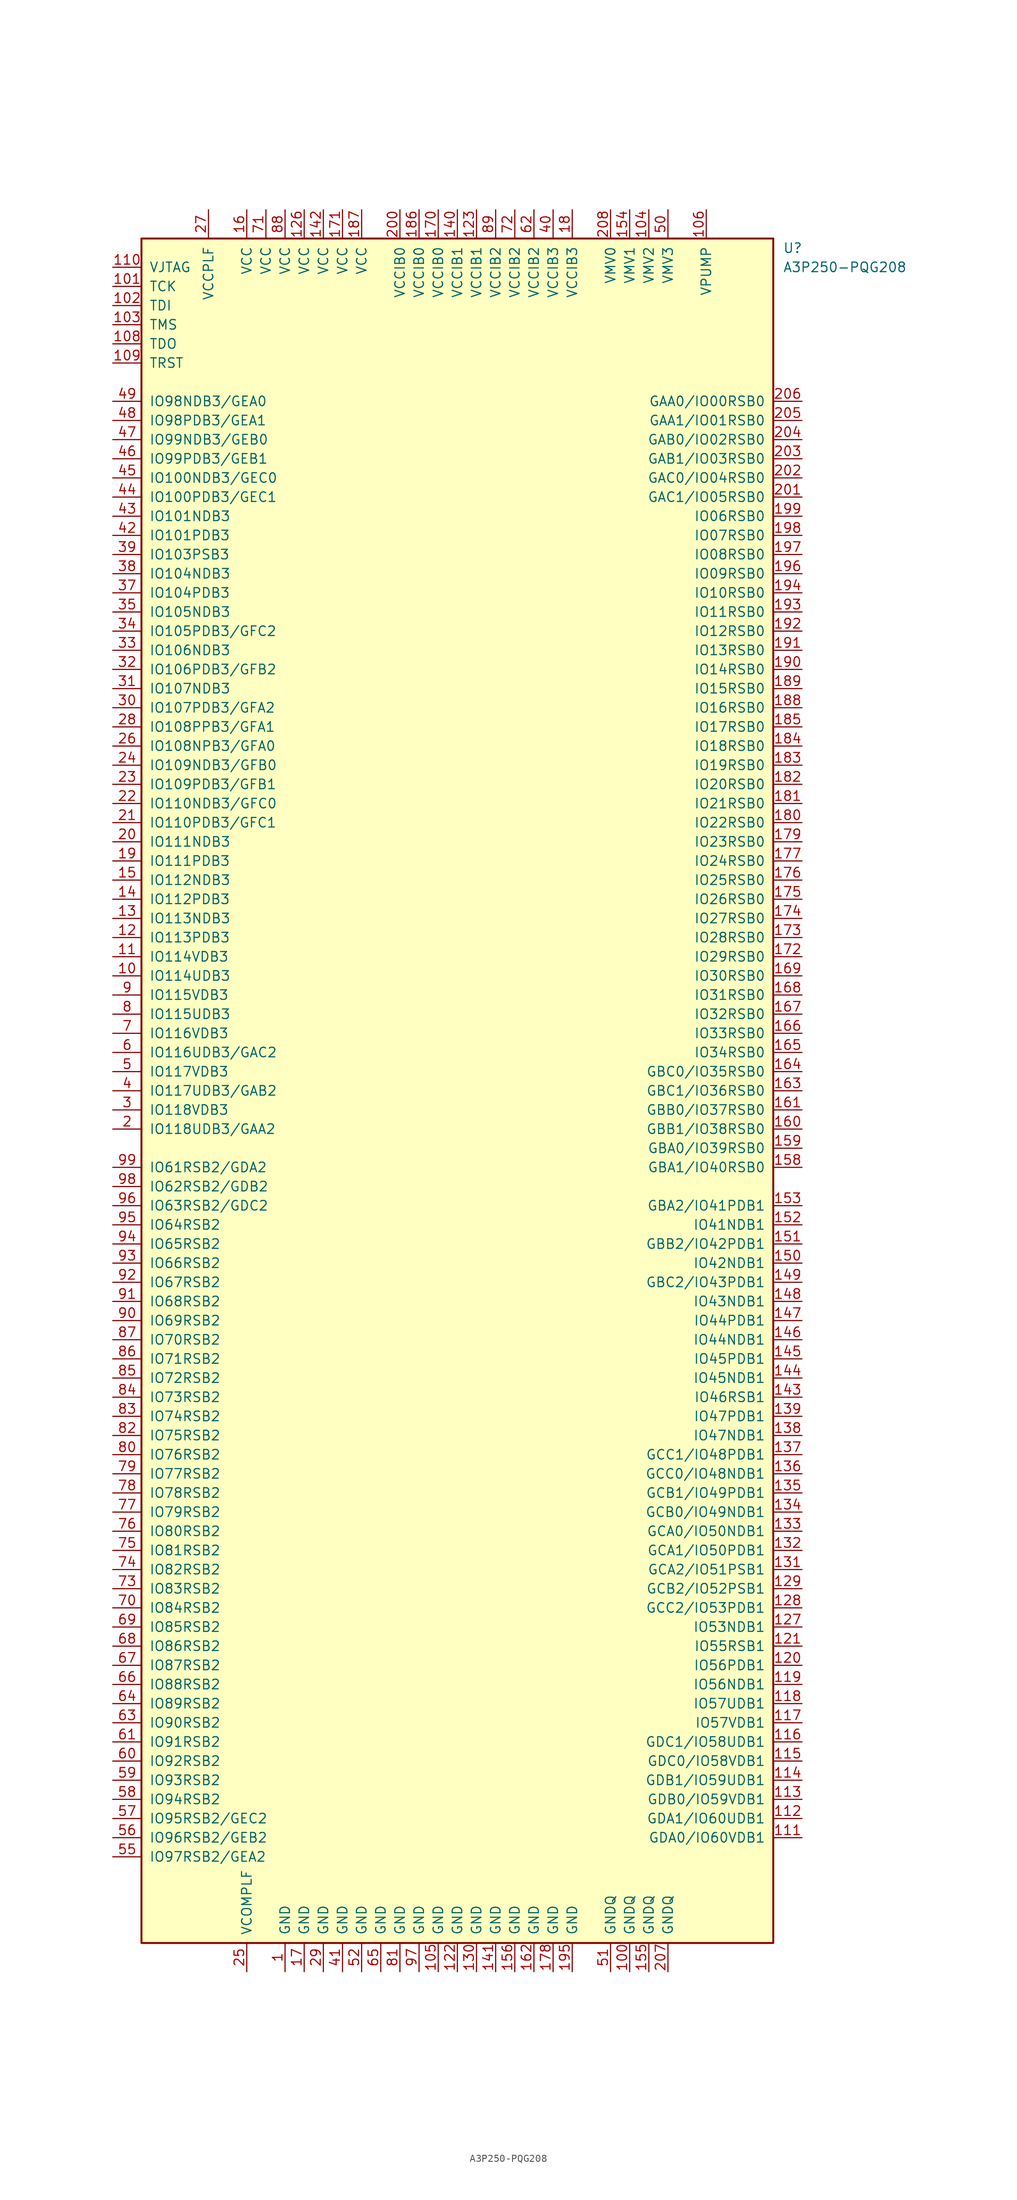
<source format=kicad_sym>
(kicad_symbol_lib
  (version 20211014)
  (generator kicad_symbol_editor)
  (symbol "A3P250-PQG208"
    (pin_names
      (offset 1.016))
    (property "Reference" "U"
      (at 43.18 111.76 0)
      (effects (font (size 1.27 1.27)) (justify left)))
    (property "Value" "A3P250-PQG208"
      (at 43.18 109.22 0)
      (effects (font (size 1.27 1.27)) (justify left)))
    (symbol "A3P250-PQG208_1_0"
      (rectangle (start -41.91 -113.03) (end 41.91 113.03) (stroke (width 0.254) (type default) (color 0 0 0 0)) (fill (type background))))
    (symbol "A3P250-PQG208_1_1"
      (pin power_in line (at -22.86 -116.84 90) (length 3.81) (name "GND" (effects (font (size 1.27 1.27)))) (number "1" (effects (font (size 1.27 1.27)))))
      (pin bidirectional line (at -45.72 15.24 0) (length 3.81) (name "IO114UDB3" (effects (font (size 1.27 1.27)))) (number "10" (effects (font (size 1.27 1.27)))))
      (pin power_in line (at 22.86 -116.84 90) (length 3.81) (name "GNDQ" (effects (font (size 1.27 1.27)))) (number "100" (effects (font (size 1.27 1.27)))))
      (pin bidirectional line (at -45.72 106.68 0) (length 3.81) (name "TCK" (effects (font (size 1.27 1.27)))) (number "101" (effects (font (size 1.27 1.27)))))
      (pin bidirectional line (at -45.72 104.14 0) (length 3.81) (name "TDI" (effects (font (size 1.27 1.27)))) (number "102" (effects (font (size 1.27 1.27)))))
      (pin bidirectional line (at -45.72 101.6 0) (length 3.81) (name "TMS" (effects (font (size 1.27 1.27)))) (number "103" (effects (font (size 1.27 1.27)))))
      (pin power_in line (at 25.4 116.84 270) (length 3.81) (name "VMV2" (effects (font (size 1.27 1.27)))) (number "104" (effects (font (size 1.27 1.27)))))
      (pin power_in line (at -2.54 -116.84 90) (length 3.81) (name "GND" (effects (font (size 1.27 1.27)))) (number "105" (effects (font (size 1.27 1.27)))))
      (pin power_in line (at 33.02 116.84 270) (length 3.81) (name "VPUMP" (effects (font (size 1.27 1.27)))) (number "106" (effects (font (size 1.27 1.27)))))
      (pin bidirectional line (at -45.72 99.06 0) (length 3.81) (name "TDO" (effects (font (size 1.27 1.27)))) (number "108" (effects (font (size 1.27 1.27)))))
      (pin bidirectional line (at -45.72 96.52 0) (length 3.81) (name "TRST" (effects (font (size 1.27 1.27)))) (number "109" (effects (font (size 1.27 1.27)))))
      (pin bidirectional line (at -45.72 17.78 0) (length 3.81) (name "IO114VDB3" (effects (font (size 1.27 1.27)))) (number "11" (effects (font (size 1.27 1.27)))))
      (pin power_in line (at -45.72 109.22 0) (length 3.81) (name "VJTAG" (effects (font (size 1.27 1.27)))) (number "110" (effects (font (size 1.27 1.27)))))
      (pin bidirectional line (at 45.72 -99.06 180) (length 3.81) (name "GDA0/IO60VDB1" (effects (font (size 1.27 1.27)))) (number "111" (effects (font (size 1.27 1.27)))))
      (pin bidirectional line (at 45.72 -96.52 180) (length 3.81) (name "GDA1/IO60UDB1" (effects (font (size 1.27 1.27)))) (number "112" (effects (font (size 1.27 1.27)))))
      (pin bidirectional line (at 45.72 -93.98 180) (length 3.81) (name "GDB0/IO59VDB1" (effects (font (size 1.27 1.27)))) (number "113" (effects (font (size 1.27 1.27)))))
      (pin bidirectional line (at 45.72 -91.44 180) (length 3.81) (name "GDB1/IO59UDB1" (effects (font (size 1.27 1.27)))) (number "114" (effects (font (size 1.27 1.27)))))
      (pin bidirectional line (at 45.72 -88.9 180) (length 3.81) (name "GDC0/IO58VDB1" (effects (font (size 1.27 1.27)))) (number "115" (effects (font (size 1.27 1.27)))))
      (pin bidirectional line (at 45.72 -86.36 180) (length 3.81) (name "GDC1/IO58UDB1" (effects (font (size 1.27 1.27)))) (number "116" (effects (font (size 1.27 1.27)))))
      (pin bidirectional line (at 45.72 -83.82 180) (length 3.81) (name "IO57VDB1" (effects (font (size 1.27 1.27)))) (number "117" (effects (font (size 1.27 1.27)))))
      (pin bidirectional line (at 45.72 -81.28 180) (length 3.81) (name "IO57UDB1" (effects (font (size 1.27 1.27)))) (number "118" (effects (font (size 1.27 1.27)))))
      (pin bidirectional line (at 45.72 -78.74 180) (length 3.81) (name "IO56NDB1" (effects (font (size 1.27 1.27)))) (number "119" (effects (font (size 1.27 1.27)))))
      (pin bidirectional line (at -45.72 20.32 0) (length 3.81) (name "IO113PDB3" (effects (font (size 1.27 1.27)))) (number "12" (effects (font (size 1.27 1.27)))))
      (pin bidirectional line (at 45.72 -76.2 180) (length 3.81) (name "IO56PDB1" (effects (font (size 1.27 1.27)))) (number "120" (effects (font (size 1.27 1.27)))))
      (pin bidirectional line (at 45.72 -73.66 180) (length 3.81) (name "IO55RSB1" (effects (font (size 1.27 1.27)))) (number "121" (effects (font (size 1.27 1.27)))))
      (pin power_in line (at 0 -116.84 90) (length 3.81) (name "GND" (effects (font (size 1.27 1.27)))) (number "122" (effects (font (size 1.27 1.27)))))
      (pin power_in line (at 2.54 116.84 270) (length 3.81) (name "VCCIB1" (effects (font (size 1.27 1.27)))) (number "123" (effects (font (size 1.27 1.27)))))
      (pin power_in line (at -20.32 116.84 270) (length 3.81) (name "VCC" (effects (font (size 1.27 1.27)))) (number "126" (effects (font (size 1.27 1.27)))))
      (pin bidirectional line (at 45.72 -71.12 180) (length 3.81) (name "IO53NDB1" (effects (font (size 1.27 1.27)))) (number "127" (effects (font (size 1.27 1.27)))))
      (pin bidirectional line (at 45.72 -68.58 180) (length 3.81) (name "GCC2/IO53PDB1" (effects (font (size 1.27 1.27)))) (number "128" (effects (font (size 1.27 1.27)))))
      (pin bidirectional line (at 45.72 -66.04 180) (length 3.81) (name "GCB2/IO52PSB1" (effects (font (size 1.27 1.27)))) (number "129" (effects (font (size 1.27 1.27)))))
      (pin bidirectional line (at -45.72 22.86 0) (length 3.81) (name "IO113NDB3" (effects (font (size 1.27 1.27)))) (number "13" (effects (font (size 1.27 1.27)))))
      (pin power_in line (at 2.54 -116.84 90) (length 3.81) (name "GND" (effects (font (size 1.27 1.27)))) (number "130" (effects (font (size 1.27 1.27)))))
      (pin bidirectional line (at 45.72 -63.5 180) (length 3.81) (name "GCA2/IO51PSB1" (effects (font (size 1.27 1.27)))) (number "131" (effects (font (size 1.27 1.27)))))
      (pin bidirectional line (at 45.72 -60.96 180) (length 3.81) (name "GCA1/IO50PDB1" (effects (font (size 1.27 1.27)))) (number "132" (effects (font (size 1.27 1.27)))))
      (pin bidirectional line (at 45.72 -58.42 180) (length 3.81) (name "GCA0/IO50NDB1" (effects (font (size 1.27 1.27)))) (number "133" (effects (font (size 1.27 1.27)))))
      (pin bidirectional line (at 45.72 -55.88 180) (length 3.81) (name "GCB0/IO49NDB1" (effects (font (size 1.27 1.27)))) (number "134" (effects (font (size 1.27 1.27)))))
      (pin bidirectional line (at 45.72 -53.34 180) (length 3.81) (name "GCB1/IO49PDB1" (effects (font (size 1.27 1.27)))) (number "135" (effects (font (size 1.27 1.27)))))
      (pin bidirectional line (at 45.72 -50.8 180) (length 3.81) (name "GCC0/IO48NDB1" (effects (font (size 1.27 1.27)))) (number "136" (effects (font (size 1.27 1.27)))))
      (pin bidirectional line (at 45.72 -48.26 180) (length 3.81) (name "GCC1/IO48PDB1" (effects (font (size 1.27 1.27)))) (number "137" (effects (font (size 1.27 1.27)))))
      (pin bidirectional line (at 45.72 -45.72 180) (length 3.81) (name "IO47NDB1" (effects (font (size 1.27 1.27)))) (number "138" (effects (font (size 1.27 1.27)))))
      (pin bidirectional line (at 45.72 -43.18 180) (length 3.81) (name "IO47PDB1" (effects (font (size 1.27 1.27)))) (number "139" (effects (font (size 1.27 1.27)))))
      (pin bidirectional line (at -45.72 25.4 0) (length 3.81) (name "IO112PDB3" (effects (font (size 1.27 1.27)))) (number "14" (effects (font (size 1.27 1.27)))))
      (pin power_in line (at 0 116.84 270) (length 3.81) (name "VCCIB1" (effects (font (size 1.27 1.27)))) (number "140" (effects (font (size 1.27 1.27)))))
      (pin power_in line (at 5.08 -116.84 90) (length 3.81) (name "GND" (effects (font (size 1.27 1.27)))) (number "141" (effects (font (size 1.27 1.27)))))
      (pin power_in line (at -17.78 116.84 270) (length 3.81) (name "VCC" (effects (font (size 1.27 1.27)))) (number "142" (effects (font (size 1.27 1.27)))))
      (pin bidirectional line (at 45.72 -40.64 180) (length 3.81) (name "IO46RSB1" (effects (font (size 1.27 1.27)))) (number "143" (effects (font (size 1.27 1.27)))))
      (pin bidirectional line (at 45.72 -38.1 180) (length 3.81) (name "IO45NDB1" (effects (font (size 1.27 1.27)))) (number "144" (effects (font (size 1.27 1.27)))))
      (pin bidirectional line (at 45.72 -35.56 180) (length 3.81) (name "IO45PDB1" (effects (font (size 1.27 1.27)))) (number "145" (effects (font (size 1.27 1.27)))))
      (pin bidirectional line (at 45.72 -33.02 180) (length 3.81) (name "IO44NDB1" (effects (font (size 1.27 1.27)))) (number "146" (effects (font (size 1.27 1.27)))))
      (pin bidirectional line (at 45.72 -30.48 180) (length 3.81) (name "IO44PDB1" (effects (font (size 1.27 1.27)))) (number "147" (effects (font (size 1.27 1.27)))))
      (pin bidirectional line (at 45.72 -27.94 180) (length 3.81) (name "IO43NDB1" (effects (font (size 1.27 1.27)))) (number "148" (effects (font (size 1.27 1.27)))))
      (pin bidirectional line (at 45.72 -25.4 180) (length 3.81) (name "GBC2/IO43PDB1" (effects (font (size 1.27 1.27)))) (number "149" (effects (font (size 1.27 1.27)))))
      (pin bidirectional line (at -45.72 27.94 0) (length 3.81) (name "IO112NDB3" (effects (font (size 1.27 1.27)))) (number "15" (effects (font (size 1.27 1.27)))))
      (pin bidirectional line (at 45.72 -22.86 180) (length 3.81) (name "IO42NDB1" (effects (font (size 1.27 1.27)))) (number "150" (effects (font (size 1.27 1.27)))))
      (pin bidirectional line (at 45.72 -20.32 180) (length 3.81) (name "GBB2/IO42PDB1" (effects (font (size 1.27 1.27)))) (number "151" (effects (font (size 1.27 1.27)))))
      (pin bidirectional line (at 45.72 -17.78 180) (length 3.81) (name "IO41NDB1" (effects (font (size 1.27 1.27)))) (number "152" (effects (font (size 1.27 1.27)))))
      (pin bidirectional line (at 45.72 -15.24 180) (length 3.81) (name "GBA2/IO41PDB1" (effects (font (size 1.27 1.27)))) (number "153" (effects (font (size 1.27 1.27)))))
      (pin power_in line (at 22.86 116.84 270) (length 3.81) (name "VMV1" (effects (font (size 1.27 1.27)))) (number "154" (effects (font (size 1.27 1.27)))))
      (pin power_in line (at 25.4 -116.84 90) (length 3.81) (name "GNDQ" (effects (font (size 1.27 1.27)))) (number "155" (effects (font (size 1.27 1.27)))))
      (pin power_in line (at 7.62 -116.84 90) (length 3.81) (name "GND" (effects (font (size 1.27 1.27)))) (number "156" (effects (font (size 1.27 1.27)))))
      (pin bidirectional line (at 45.72 -10.16 180) (length 3.81) (name "GBA1/IO40RSB0" (effects (font (size 1.27 1.27)))) (number "158" (effects (font (size 1.27 1.27)))))
      (pin bidirectional line (at 45.72 -7.62 180) (length 3.81) (name "GBA0/IO39RSB0" (effects (font (size 1.27 1.27)))) (number "159" (effects (font (size 1.27 1.27)))))
      (pin power_in line (at -27.94 116.84 270) (length 3.81) (name "VCC" (effects (font (size 1.27 1.27)))) (number "16" (effects (font (size 1.27 1.27)))))
      (pin bidirectional line (at 45.72 -5.08 180) (length 3.81) (name "GBB1/IO38RSB0" (effects (font (size 1.27 1.27)))) (number "160" (effects (font (size 1.27 1.27)))))
      (pin bidirectional line (at 45.72 -2.54 180) (length 3.81) (name "GBB0/IO37RSB0" (effects (font (size 1.27 1.27)))) (number "161" (effects (font (size 1.27 1.27)))))
      (pin power_in line (at 10.16 -116.84 90) (length 3.81) (name "GND" (effects (font (size 1.27 1.27)))) (number "162" (effects (font (size 1.27 1.27)))))
      (pin bidirectional line (at 45.72 0 180) (length 3.81) (name "GBC1/IO36RSB0" (effects (font (size 1.27 1.27)))) (number "163" (effects (font (size 1.27 1.27)))))
      (pin bidirectional line (at 45.72 2.54 180) (length 3.81) (name "GBC0/IO35RSB0" (effects (font (size 1.27 1.27)))) (number "164" (effects (font (size 1.27 1.27)))))
      (pin bidirectional line (at 45.72 5.08 180) (length 3.81) (name "IO34RSB0" (effects (font (size 1.27 1.27)))) (number "165" (effects (font (size 1.27 1.27)))))
      (pin bidirectional line (at 45.72 7.62 180) (length 3.81) (name "IO33RSB0" (effects (font (size 1.27 1.27)))) (number "166" (effects (font (size 1.27 1.27)))))
      (pin bidirectional line (at 45.72 10.16 180) (length 3.81) (name "IO32RSB0" (effects (font (size 1.27 1.27)))) (number "167" (effects (font (size 1.27 1.27)))))
      (pin bidirectional line (at 45.72 12.7 180) (length 3.81) (name "IO31RSB0" (effects (font (size 1.27 1.27)))) (number "168" (effects (font (size 1.27 1.27)))))
      (pin bidirectional line (at 45.72 15.24 180) (length 3.81) (name "IO30RSB0" (effects (font (size 1.27 1.27)))) (number "169" (effects (font (size 1.27 1.27)))))
      (pin power_in line (at -20.32 -116.84 90) (length 3.81) (name "GND" (effects (font (size 1.27 1.27)))) (number "17" (effects (font (size 1.27 1.27)))))
      (pin power_in line (at -2.54 116.84 270) (length 3.81) (name "VCCIB0" (effects (font (size 1.27 1.27)))) (number "170" (effects (font (size 1.27 1.27)))))
      (pin power_in line (at -15.24 116.84 270) (length 3.81) (name "VCC" (effects (font (size 1.27 1.27)))) (number "171" (effects (font (size 1.27 1.27)))))
      (pin bidirectional line (at 45.72 17.78 180) (length 3.81) (name "IO29RSB0" (effects (font (size 1.27 1.27)))) (number "172" (effects (font (size 1.27 1.27)))))
      (pin bidirectional line (at 45.72 20.32 180) (length 3.81) (name "IO28RSB0" (effects (font (size 1.27 1.27)))) (number "173" (effects (font (size 1.27 1.27)))))
      (pin bidirectional line (at 45.72 22.86 180) (length 3.81) (name "IO27RSB0" (effects (font (size 1.27 1.27)))) (number "174" (effects (font (size 1.27 1.27)))))
      (pin bidirectional line (at 45.72 25.4 180) (length 3.81) (name "IO26RSB0" (effects (font (size 1.27 1.27)))) (number "175" (effects (font (size 1.27 1.27)))))
      (pin bidirectional line (at 45.72 27.94 180) (length 3.81) (name "IO25RSB0" (effects (font (size 1.27 1.27)))) (number "176" (effects (font (size 1.27 1.27)))))
      (pin bidirectional line (at 45.72 30.48 180) (length 3.81) (name "IO24RSB0" (effects (font (size 1.27 1.27)))) (number "177" (effects (font (size 1.27 1.27)))))
      (pin power_in line (at 12.7 -116.84 90) (length 3.81) (name "GND" (effects (font (size 1.27 1.27)))) (number "178" (effects (font (size 1.27 1.27)))))
      (pin bidirectional line (at 45.72 33.02 180) (length 3.81) (name "IO23RSB0" (effects (font (size 1.27 1.27)))) (number "179" (effects (font (size 1.27 1.27)))))
      (pin power_in line (at 15.24 116.84 270) (length 3.81) (name "VCCIB3" (effects (font (size 1.27 1.27)))) (number "18" (effects (font (size 1.27 1.27)))))
      (pin bidirectional line (at 45.72 35.56 180) (length 3.81) (name "IO22RSB0" (effects (font (size 1.27 1.27)))) (number "180" (effects (font (size 1.27 1.27)))))
      (pin bidirectional line (at 45.72 38.1 180) (length 3.81) (name "IO21RSB0" (effects (font (size 1.27 1.27)))) (number "181" (effects (font (size 1.27 1.27)))))
      (pin bidirectional line (at 45.72 40.64 180) (length 3.81) (name "IO20RSB0" (effects (font (size 1.27 1.27)))) (number "182" (effects (font (size 1.27 1.27)))))
      (pin bidirectional line (at 45.72 43.18 180) (length 3.81) (name "IO19RSB0" (effects (font (size 1.27 1.27)))) (number "183" (effects (font (size 1.27 1.27)))))
      (pin bidirectional line (at 45.72 45.72 180) (length 3.81) (name "IO18RSB0" (effects (font (size 1.27 1.27)))) (number "184" (effects (font (size 1.27 1.27)))))
      (pin bidirectional line (at 45.72 48.26 180) (length 3.81) (name "IO17RSB0" (effects (font (size 1.27 1.27)))) (number "185" (effects (font (size 1.27 1.27)))))
      (pin power_in line (at -5.08 116.84 270) (length 3.81) (name "VCCIB0" (effects (font (size 1.27 1.27)))) (number "186" (effects (font (size 1.27 1.27)))))
      (pin power_in line (at -12.7 116.84 270) (length 3.81) (name "VCC" (effects (font (size 1.27 1.27)))) (number "187" (effects (font (size 1.27 1.27)))))
      (pin bidirectional line (at 45.72 50.8 180) (length 3.81) (name "IO16RSB0" (effects (font (size 1.27 1.27)))) (number "188" (effects (font (size 1.27 1.27)))))
      (pin bidirectional line (at 45.72 53.34 180) (length 3.81) (name "IO15RSB0" (effects (font (size 1.27 1.27)))) (number "189" (effects (font (size 1.27 1.27)))))
      (pin bidirectional line (at -45.72 30.48 0) (length 3.81) (name "IO111PDB3" (effects (font (size 1.27 1.27)))) (number "19" (effects (font (size 1.27 1.27)))))
      (pin bidirectional line (at 45.72 55.88 180) (length 3.81) (name "IO14RSB0" (effects (font (size 1.27 1.27)))) (number "190" (effects (font (size 1.27 1.27)))))
      (pin bidirectional line (at 45.72 58.42 180) (length 3.81) (name "IO13RSB0" (effects (font (size 1.27 1.27)))) (number "191" (effects (font (size 1.27 1.27)))))
      (pin bidirectional line (at 45.72 60.96 180) (length 3.81) (name "IO12RSB0" (effects (font (size 1.27 1.27)))) (number "192" (effects (font (size 1.27 1.27)))))
      (pin bidirectional line (at 45.72 63.5 180) (length 3.81) (name "IO11RSB0" (effects (font (size 1.27 1.27)))) (number "193" (effects (font (size 1.27 1.27)))))
      (pin bidirectional line (at 45.72 66.04 180) (length 3.81) (name "IO10RSB0" (effects (font (size 1.27 1.27)))) (number "194" (effects (font (size 1.27 1.27)))))
      (pin power_in line (at 15.24 -116.84 90) (length 3.81) (name "GND" (effects (font (size 1.27 1.27)))) (number "195" (effects (font (size 1.27 1.27)))))
      (pin bidirectional line (at 45.72 68.58 180) (length 3.81) (name "IO09RSB0" (effects (font (size 1.27 1.27)))) (number "196" (effects (font (size 1.27 1.27)))))
      (pin bidirectional line (at 45.72 71.12 180) (length 3.81) (name "IO08RSB0" (effects (font (size 1.27 1.27)))) (number "197" (effects (font (size 1.27 1.27)))))
      (pin bidirectional line (at 45.72 73.66 180) (length 3.81) (name "IO07RSB0" (effects (font (size 1.27 1.27)))) (number "198" (effects (font (size 1.27 1.27)))))
      (pin bidirectional line (at 45.72 76.2 180) (length 3.81) (name "IO06RSB0" (effects (font (size 1.27 1.27)))) (number "199" (effects (font (size 1.27 1.27)))))
      (pin bidirectional line (at -45.72 -5.08 0) (length 3.81) (name "IO118UDB3/GAA2" (effects (font (size 1.27 1.27)))) (number "2" (effects (font (size 1.27 1.27)))))
      (pin bidirectional line (at -45.72 33.02 0) (length 3.81) (name "IO111NDB3" (effects (font (size 1.27 1.27)))) (number "20" (effects (font (size 1.27 1.27)))))
      (pin power_in line (at -7.62 116.84 270) (length 3.81) (name "VCCIB0" (effects (font (size 1.27 1.27)))) (number "200" (effects (font (size 1.27 1.27)))))
      (pin bidirectional line (at 45.72 78.74 180) (length 3.81) (name "GAC1/IO05RSB0" (effects (font (size 1.27 1.27)))) (number "201" (effects (font (size 1.27 1.27)))))
      (pin bidirectional line (at 45.72 81.28 180) (length 3.81) (name "GAC0/IO04RSB0" (effects (font (size 1.27 1.27)))) (number "202" (effects (font (size 1.27 1.27)))))
      (pin bidirectional line (at 45.72 83.82 180) (length 3.81) (name "GAB1/IO03RSB0" (effects (font (size 1.27 1.27)))) (number "203" (effects (font (size 1.27 1.27)))))
      (pin bidirectional line (at 45.72 86.36 180) (length 3.81) (name "GAB0/IO02RSB0" (effects (font (size 1.27 1.27)))) (number "204" (effects (font (size 1.27 1.27)))))
      (pin bidirectional line (at 45.72 88.9 180) (length 3.81) (name "GAA1/IO01RSB0" (effects (font (size 1.27 1.27)))) (number "205" (effects (font (size 1.27 1.27)))))
      (pin bidirectional line (at 45.72 91.44 180) (length 3.81) (name "GAA0/IO00RSB0" (effects (font (size 1.27 1.27)))) (number "206" (effects (font (size 1.27 1.27)))))
      (pin power_in line (at 27.94 -116.84 90) (length 3.81) (name "GNDQ" (effects (font (size 1.27 1.27)))) (number "207" (effects (font (size 1.27 1.27)))))
      (pin power_in line (at 20.32 116.84 270) (length 3.81) (name "VMV0" (effects (font (size 1.27 1.27)))) (number "208" (effects (font (size 1.27 1.27)))))
      (pin bidirectional line (at -45.72 35.56 0) (length 3.81) (name "IO110PDB3/GFC1" (effects (font (size 1.27 1.27)))) (number "21" (effects (font (size 1.27 1.27)))))
      (pin bidirectional line (at -45.72 38.1 0) (length 3.81) (name "IO110NDB3/GFC0" (effects (font (size 1.27 1.27)))) (number "22" (effects (font (size 1.27 1.27)))))
      (pin bidirectional line (at -45.72 40.64 0) (length 3.81) (name "IO109PDB3/GFB1" (effects (font (size 1.27 1.27)))) (number "23" (effects (font (size 1.27 1.27)))))
      (pin bidirectional line (at -45.72 43.18 0) (length 3.81) (name "IO109NDB3/GFB0" (effects (font (size 1.27 1.27)))) (number "24" (effects (font (size 1.27 1.27)))))
      (pin power_in line (at -27.94 -116.84 90) (length 3.81) (name "VCOMPLF" (effects (font (size 1.27 1.27)))) (number "25" (effects (font (size 1.27 1.27)))))
      (pin bidirectional line (at -45.72 45.72 0) (length 3.81) (name "IO108NPB3/GFA0" (effects (font (size 1.27 1.27)))) (number "26" (effects (font (size 1.27 1.27)))))
      (pin power_in line (at -33.02 116.84 270) (length 3.81) (name "VCCPLF" (effects (font (size 1.27 1.27)))) (number "27" (effects (font (size 1.27 1.27)))))
      (pin bidirectional line (at -45.72 48.26 0) (length 3.81) (name "IO108PPB3/GFA1" (effects (font (size 1.27 1.27)))) (number "28" (effects (font (size 1.27 1.27)))))
      (pin power_in line (at -17.78 -116.84 90) (length 3.81) (name "GND" (effects (font (size 1.27 1.27)))) (number "29" (effects (font (size 1.27 1.27)))))
      (pin bidirectional line (at -45.72 -2.54 0) (length 3.81) (name "IO118VDB3" (effects (font (size 1.27 1.27)))) (number "3" (effects (font (size 1.27 1.27)))))
      (pin bidirectional line (at -45.72 50.8 0) (length 3.81) (name "IO107PDB3/GFA2" (effects (font (size 1.27 1.27)))) (number "30" (effects (font (size 1.27 1.27)))))
      (pin bidirectional line (at -45.72 53.34 0) (length 3.81) (name "IO107NDB3" (effects (font (size 1.27 1.27)))) (number "31" (effects (font (size 1.27 1.27)))))
      (pin bidirectional line (at -45.72 55.88 0) (length 3.81) (name "IO106PDB3/GFB2" (effects (font (size 1.27 1.27)))) (number "32" (effects (font (size 1.27 1.27)))))
      (pin bidirectional line (at -45.72 58.42 0) (length 3.81) (name "IO106NDB3" (effects (font (size 1.27 1.27)))) (number "33" (effects (font (size 1.27 1.27)))))
      (pin bidirectional line (at -45.72 60.96 0) (length 3.81) (name "IO105PDB3/GFC2" (effects (font (size 1.27 1.27)))) (number "34" (effects (font (size 1.27 1.27)))))
      (pin bidirectional line (at -45.72 63.5 0) (length 3.81) (name "IO105NDB3" (effects (font (size 1.27 1.27)))) (number "35" (effects (font (size 1.27 1.27)))))
      (pin bidirectional line (at -45.72 66.04 0) (length 3.81) (name "IO104PDB3" (effects (font (size 1.27 1.27)))) (number "37" (effects (font (size 1.27 1.27)))))
      (pin bidirectional line (at -45.72 68.58 0) (length 3.81) (name "IO104NDB3" (effects (font (size 1.27 1.27)))) (number "38" (effects (font (size 1.27 1.27)))))
      (pin bidirectional line (at -45.72 71.12 0) (length 3.81) (name "IO103PSB3" (effects (font (size 1.27 1.27)))) (number "39" (effects (font (size 1.27 1.27)))))
      (pin bidirectional line (at -45.72 0 0) (length 3.81) (name "IO117UDB3/GAB2" (effects (font (size 1.27 1.27)))) (number "4" (effects (font (size 1.27 1.27)))))
      (pin power_in line (at 12.7 116.84 270) (length 3.81) (name "VCCIB3" (effects (font (size 1.27 1.27)))) (number "40" (effects (font (size 1.27 1.27)))))
      (pin power_in line (at -15.24 -116.84 90) (length 3.81) (name "GND" (effects (font (size 1.27 1.27)))) (number "41" (effects (font (size 1.27 1.27)))))
      (pin bidirectional line (at -45.72 73.66 0) (length 3.81) (name "IO101PDB3" (effects (font (size 1.27 1.27)))) (number "42" (effects (font (size 1.27 1.27)))))
      (pin bidirectional line (at -45.72 76.2 0) (length 3.81) (name "IO101NDB3" (effects (font (size 1.27 1.27)))) (number "43" (effects (font (size 1.27 1.27)))))
      (pin bidirectional line (at -45.72 78.74 0) (length 3.81) (name "IO100PDB3/GEC1" (effects (font (size 1.27 1.27)))) (number "44" (effects (font (size 1.27 1.27)))))
      (pin bidirectional line (at -45.72 81.28 0) (length 3.81) (name "IO100NDB3/GEC0" (effects (font (size 1.27 1.27)))) (number "45" (effects (font (size 1.27 1.27)))))
      (pin bidirectional line (at -45.72 83.82 0) (length 3.81) (name "IO99PDB3/GEB1" (effects (font (size 1.27 1.27)))) (number "46" (effects (font (size 1.27 1.27)))))
      (pin bidirectional line (at -45.72 86.36 0) (length 3.81) (name "IO99NDB3/GEB0" (effects (font (size 1.27 1.27)))) (number "47" (effects (font (size 1.27 1.27)))))
      (pin bidirectional line (at -45.72 88.9 0) (length 3.81) (name "IO98PDB3/GEA1" (effects (font (size 1.27 1.27)))) (number "48" (effects (font (size 1.27 1.27)))))
      (pin bidirectional line (at -45.72 91.44 0) (length 3.81) (name "IO98NDB3/GEA0" (effects (font (size 1.27 1.27)))) (number "49" (effects (font (size 1.27 1.27)))))
      (pin bidirectional line (at -45.72 2.54 0) (length 3.81) (name "IO117VDB3" (effects (font (size 1.27 1.27)))) (number "5" (effects (font (size 1.27 1.27)))))
      (pin power_in line (at 27.94 116.84 270) (length 3.81) (name "VMV3" (effects (font (size 1.27 1.27)))) (number "50" (effects (font (size 1.27 1.27)))))
      (pin power_in line (at 20.32 -116.84 90) (length 3.81) (name "GNDQ" (effects (font (size 1.27 1.27)))) (number "51" (effects (font (size 1.27 1.27)))))
      (pin power_in line (at -12.7 -116.84 90) (length 3.81) (name "GND" (effects (font (size 1.27 1.27)))) (number "52" (effects (font (size 1.27 1.27)))))
      (pin bidirectional line (at -45.72 -101.6 0) (length 3.81) (name "IO97RSB2/GEA2" (effects (font (size 1.27 1.27)))) (number "55" (effects (font (size 1.27 1.27)))))
      (pin bidirectional line (at -45.72 -99.06 0) (length 3.81) (name "IO96RSB2/GEB2" (effects (font (size 1.27 1.27)))) (number "56" (effects (font (size 1.27 1.27)))))
      (pin bidirectional line (at -45.72 -96.52 0) (length 3.81) (name "IO95RSB2/GEC2" (effects (font (size 1.27 1.27)))) (number "57" (effects (font (size 1.27 1.27)))))
      (pin bidirectional line (at -45.72 -93.98 0) (length 3.81) (name "IO94RSB2" (effects (font (size 1.27 1.27)))) (number "58" (effects (font (size 1.27 1.27)))))
      (pin bidirectional line (at -45.72 -91.44 0) (length 3.81) (name "IO93RSB2" (effects (font (size 1.27 1.27)))) (number "59" (effects (font (size 1.27 1.27)))))
      (pin bidirectional line (at -45.72 5.08 0) (length 3.81) (name "IO116UDB3/GAC2" (effects (font (size 1.27 1.27)))) (number "6" (effects (font (size 1.27 1.27)))))
      (pin bidirectional line (at -45.72 -88.9 0) (length 3.81) (name "IO92RSB2" (effects (font (size 1.27 1.27)))) (number "60" (effects (font (size 1.27 1.27)))))
      (pin bidirectional line (at -45.72 -86.36 0) (length 3.81) (name "IO91RSB2" (effects (font (size 1.27 1.27)))) (number "61" (effects (font (size 1.27 1.27)))))
      (pin power_in line (at 10.16 116.84 270) (length 3.81) (name "VCCIB2" (effects (font (size 1.27 1.27)))) (number "62" (effects (font (size 1.27 1.27)))))
      (pin bidirectional line (at -45.72 -83.82 0) (length 3.81) (name "IO90RSB2" (effects (font (size 1.27 1.27)))) (number "63" (effects (font (size 1.27 1.27)))))
      (pin bidirectional line (at -45.72 -81.28 0) (length 3.81) (name "IO89RSB2" (effects (font (size 1.27 1.27)))) (number "64" (effects (font (size 1.27 1.27)))))
      (pin power_in line (at -10.16 -116.84 90) (length 3.81) (name "GND" (effects (font (size 1.27 1.27)))) (number "65" (effects (font (size 1.27 1.27)))))
      (pin bidirectional line (at -45.72 -78.74 0) (length 3.81) (name "IO88RSB2" (effects (font (size 1.27 1.27)))) (number "66" (effects (font (size 1.27 1.27)))))
      (pin bidirectional line (at -45.72 -76.2 0) (length 3.81) (name "IO87RSB2" (effects (font (size 1.27 1.27)))) (number "67" (effects (font (size 1.27 1.27)))))
      (pin bidirectional line (at -45.72 -73.66 0) (length 3.81) (name "IO86RSB2" (effects (font (size 1.27 1.27)))) (number "68" (effects (font (size 1.27 1.27)))))
      (pin bidirectional line (at -45.72 -71.12 0) (length 3.81) (name "IO85RSB2" (effects (font (size 1.27 1.27)))) (number "69" (effects (font (size 1.27 1.27)))))
      (pin bidirectional line (at -45.72 7.62 0) (length 3.81) (name "IO116VDB3" (effects (font (size 1.27 1.27)))) (number "7" (effects (font (size 1.27 1.27)))))
      (pin bidirectional line (at -45.72 -68.58 0) (length 3.81) (name "IO84RSB2" (effects (font (size 1.27 1.27)))) (number "70" (effects (font (size 1.27 1.27)))))
      (pin power_in line (at -25.4 116.84 270) (length 3.81) (name "VCC" (effects (font (size 1.27 1.27)))) (number "71" (effects (font (size 1.27 1.27)))))
      (pin power_in line (at 7.62 116.84 270) (length 3.81) (name "VCCIB2" (effects (font (size 1.27 1.27)))) (number "72" (effects (font (size 1.27 1.27)))))
      (pin bidirectional line (at -45.72 -66.04 0) (length 3.81) (name "IO83RSB2" (effects (font (size 1.27 1.27)))) (number "73" (effects (font (size 1.27 1.27)))))
      (pin bidirectional line (at -45.72 -63.5 0) (length 3.81) (name "IO82RSB2" (effects (font (size 1.27 1.27)))) (number "74" (effects (font (size 1.27 1.27)))))
      (pin bidirectional line (at -45.72 -60.96 0) (length 3.81) (name "IO81RSB2" (effects (font (size 1.27 1.27)))) (number "75" (effects (font (size 1.27 1.27)))))
      (pin bidirectional line (at -45.72 -58.42 0) (length 3.81) (name "IO80RSB2" (effects (font (size 1.27 1.27)))) (number "76" (effects (font (size 1.27 1.27)))))
      (pin bidirectional line (at -45.72 -55.88 0) (length 3.81) (name "IO79RSB2" (effects (font (size 1.27 1.27)))) (number "77" (effects (font (size 1.27 1.27)))))
      (pin bidirectional line (at -45.72 -53.34 0) (length 3.81) (name "IO78RSB2" (effects (font (size 1.27 1.27)))) (number "78" (effects (font (size 1.27 1.27)))))
      (pin bidirectional line (at -45.72 -50.8 0) (length 3.81) (name "IO77RSB2" (effects (font (size 1.27 1.27)))) (number "79" (effects (font (size 1.27 1.27)))))
      (pin bidirectional line (at -45.72 10.16 0) (length 3.81) (name "IO115UDB3" (effects (font (size 1.27 1.27)))) (number "8" (effects (font (size 1.27 1.27)))))
      (pin bidirectional line (at -45.72 -48.26 0) (length 3.81) (name "IO76RSB2" (effects (font (size 1.27 1.27)))) (number "80" (effects (font (size 1.27 1.27)))))
      (pin power_in line (at -7.62 -116.84 90) (length 3.81) (name "GND" (effects (font (size 1.27 1.27)))) (number "81" (effects (font (size 1.27 1.27)))))
      (pin bidirectional line (at -45.72 -45.72 0) (length 3.81) (name "IO75RSB2" (effects (font (size 1.27 1.27)))) (number "82" (effects (font (size 1.27 1.27)))))
      (pin bidirectional line (at -45.72 -43.18 0) (length 3.81) (name "IO74RSB2" (effects (font (size 1.27 1.27)))) (number "83" (effects (font (size 1.27 1.27)))))
      (pin bidirectional line (at -45.72 -40.64 0) (length 3.81) (name "IO73RSB2" (effects (font (size 1.27 1.27)))) (number "84" (effects (font (size 1.27 1.27)))))
      (pin bidirectional line (at -45.72 -38.1 0) (length 3.81) (name "IO72RSB2" (effects (font (size 1.27 1.27)))) (number "85" (effects (font (size 1.27 1.27)))))
      (pin bidirectional line (at -45.72 -35.56 0) (length 3.81) (name "IO71RSB2" (effects (font (size 1.27 1.27)))) (number "86" (effects (font (size 1.27 1.27)))))
      (pin bidirectional line (at -45.72 -33.02 0) (length 3.81) (name "IO70RSB2" (effects (font (size 1.27 1.27)))) (number "87" (effects (font (size 1.27 1.27)))))
      (pin power_in line (at -22.86 116.84 270) (length 3.81) (name "VCC" (effects (font (size 1.27 1.27)))) (number "88" (effects (font (size 1.27 1.27)))))
      (pin power_in line (at 5.08 116.84 270) (length 3.81) (name "VCCIB2" (effects (font (size 1.27 1.27)))) (number "89" (effects (font (size 1.27 1.27)))))
      (pin bidirectional line (at -45.72 12.7 0) (length 3.81) (name "IO115VDB3" (effects (font (size 1.27 1.27)))) (number "9" (effects (font (size 1.27 1.27)))))
      (pin bidirectional line (at -45.72 -30.48 0) (length 3.81) (name "IO69RSB2" (effects (font (size 1.27 1.27)))) (number "90" (effects (font (size 1.27 1.27)))))
      (pin bidirectional line (at -45.72 -27.94 0) (length 3.81) (name "IO68RSB2" (effects (font (size 1.27 1.27)))) (number "91" (effects (font (size 1.27 1.27)))))
      (pin bidirectional line (at -45.72 -25.4 0) (length 3.81) (name "IO67RSB2" (effects (font (size 1.27 1.27)))) (number "92" (effects (font (size 1.27 1.27)))))
      (pin bidirectional line (at -45.72 -22.86 0) (length 3.81) (name "IO66RSB2" (effects (font (size 1.27 1.27)))) (number "93" (effects (font (size 1.27 1.27)))))
      (pin bidirectional line (at -45.72 -20.32 0) (length 3.81) (name "IO65RSB2" (effects (font (size 1.27 1.27)))) (number "94" (effects (font (size 1.27 1.27)))))
      (pin bidirectional line (at -45.72 -17.78 0) (length 3.81) (name "IO64RSB2" (effects (font (size 1.27 1.27)))) (number "95" (effects (font (size 1.27 1.27)))))
      (pin bidirectional line (at -45.72 -15.24 0) (length 3.81) (name "IO63RSB2/GDC2" (effects (font (size 1.27 1.27)))) (number "96" (effects (font (size 1.27 1.27)))))
      (pin power_in line (at -5.08 -116.84 90) (length 3.81) (name "GND" (effects (font (size 1.27 1.27)))) (number "97" (effects (font (size 1.27 1.27)))))
      (pin bidirectional line (at -45.72 -12.7 0) (length 3.81) (name "IO62RSB2/GDB2" (effects (font (size 1.27 1.27)))) (number "98" (effects (font (size 1.27 1.27)))))
      (pin bidirectional line (at -45.72 -10.16 0) (length 3.81) (name "IO61RSB2/GDA2" (effects (font (size 1.27 1.27)))) (number "99" (effects (font (size 1.27 1.27))))))))
</source>
